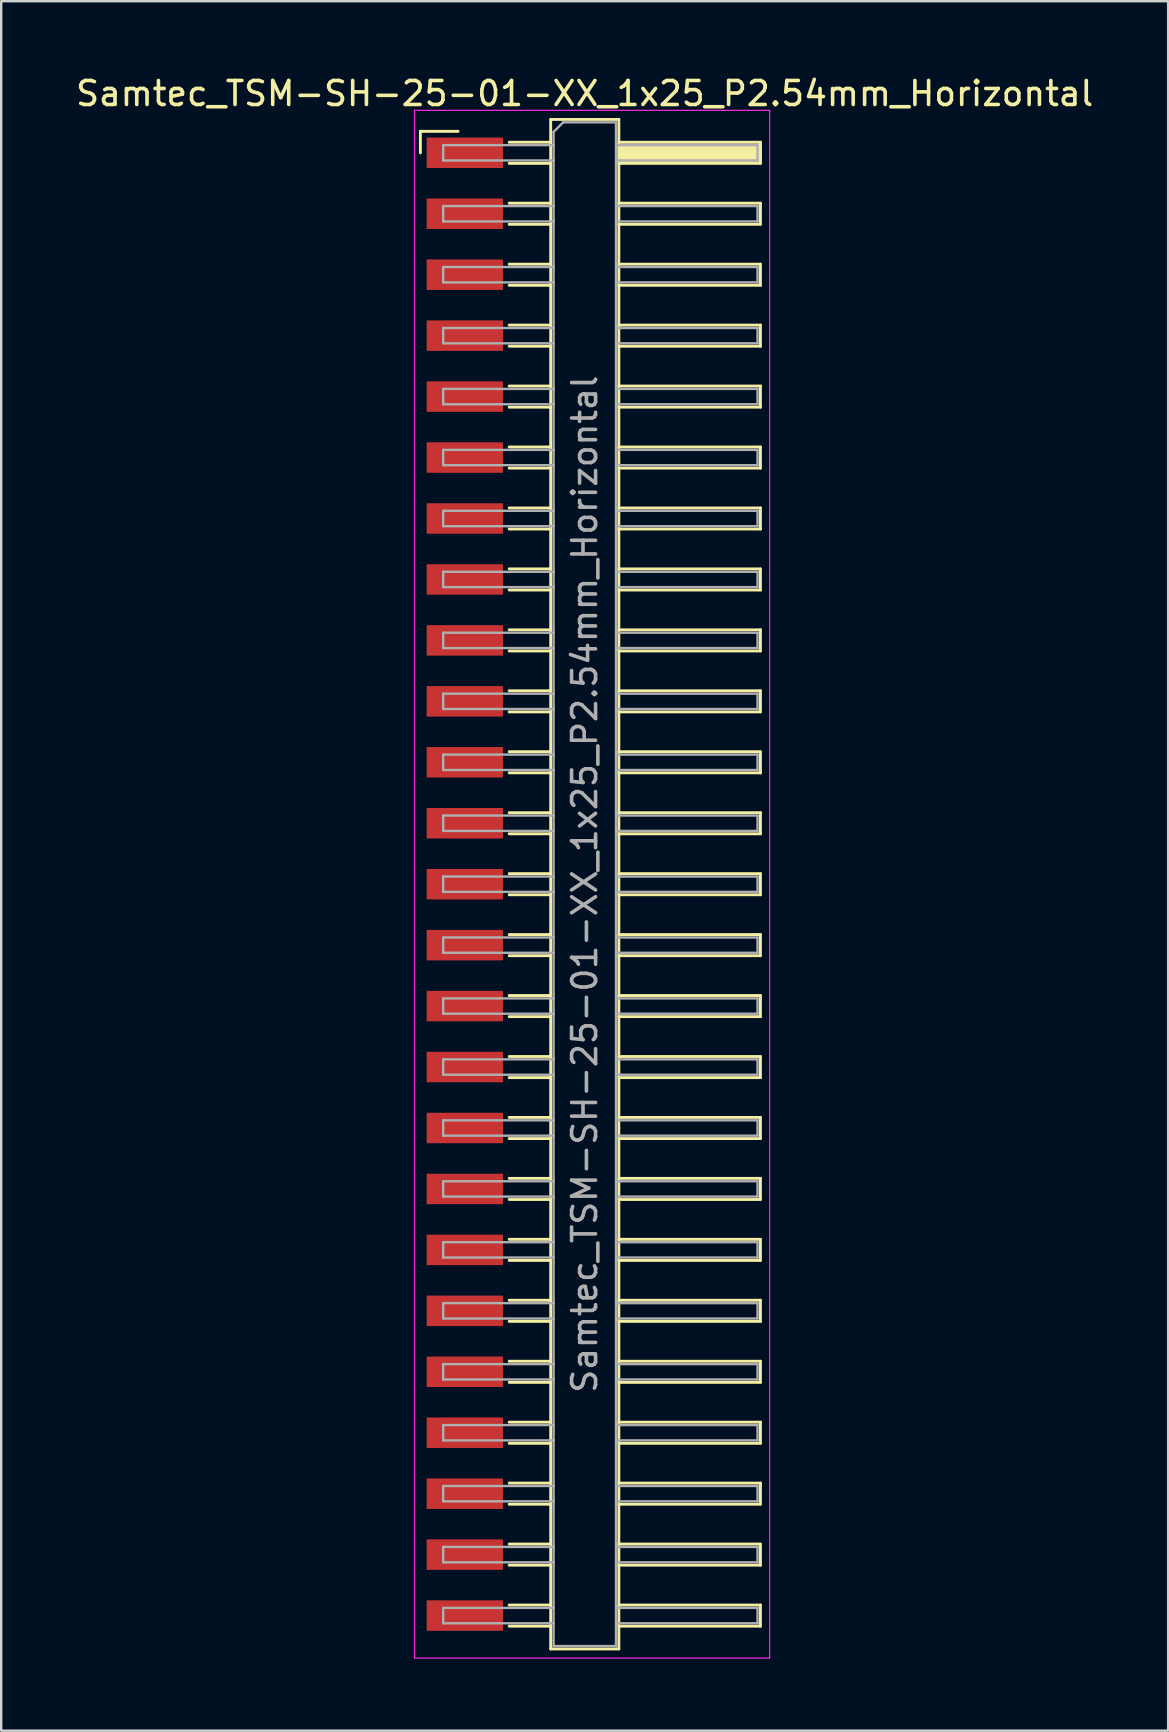
<source format=kicad_pcb>
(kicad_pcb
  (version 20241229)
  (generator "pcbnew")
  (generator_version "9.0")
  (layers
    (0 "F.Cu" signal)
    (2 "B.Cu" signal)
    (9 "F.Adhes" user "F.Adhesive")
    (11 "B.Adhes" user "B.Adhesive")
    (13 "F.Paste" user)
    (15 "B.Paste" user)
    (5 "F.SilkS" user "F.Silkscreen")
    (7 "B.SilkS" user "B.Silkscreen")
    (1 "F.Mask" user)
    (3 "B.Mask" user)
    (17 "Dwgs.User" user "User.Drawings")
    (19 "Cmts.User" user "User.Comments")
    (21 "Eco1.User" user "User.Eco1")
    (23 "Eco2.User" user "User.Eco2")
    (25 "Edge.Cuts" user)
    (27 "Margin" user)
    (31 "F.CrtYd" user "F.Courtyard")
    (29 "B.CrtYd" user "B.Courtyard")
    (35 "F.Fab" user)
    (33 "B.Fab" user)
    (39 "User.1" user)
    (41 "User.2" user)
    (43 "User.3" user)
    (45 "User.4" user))
  (footprint "Samtec_TSM-SH-25-01-XX_1x25_P2.54mm_Horizontal"
    (layer "F.Cu")
    (at 21.505 33.798)
    (property "Reference" "Samtec_TSM-SH-25-01-XX_1x25_P2.54mm_Horizontal" (at -0.19 -32.95 0) (layer "F.SilkS") (effects (font (size 1 1) (thickness 0.15))))
    (attr smd)
    (fp_line (start -7.035 -31.375) (end -5.465 -31.375) (stroke (width 0.12) (type solid)) (layer "F.SilkS"))
    (fp_line (start -7.035 -30.48) (end -7.035 -31.375) (stroke (width 0.12) (type solid)) (layer "F.SilkS"))
    (fp_line (start -3.335 -30.92) (end -1.605 -30.92) (stroke (width 0.12) (type solid)) (layer "F.SilkS"))
    (fp_line (start -3.335 -30.04) (end -1.605 -30.04) (stroke (width 0.12) (type solid)) (layer "F.SilkS"))
    (fp_line (start -3.335 -28.38) (end -1.605 -28.38) (stroke (width 0.12) (type solid)) (layer "F.SilkS"))
    (fp_line (start -3.335 -27.5) (end -1.605 -27.5) (stroke (width 0.12) (type solid)) (layer "F.SilkS"))
    (fp_line (start -3.335 -25.84) (end -1.605 -25.84) (stroke (width 0.12) (type solid)) (layer "F.SilkS"))
    (fp_line (start -3.335 -24.96) (end -1.605 -24.96) (stroke (width 0.12) (type solid)) (layer "F.SilkS"))
    (fp_line (start -3.335 -23.3) (end -1.605 -23.3) (stroke (width 0.12) (type solid)) (layer "F.SilkS"))
    (fp_line (start -3.335 -22.42) (end -1.605 -22.42) (stroke (width 0.12) (type solid)) (layer "F.SilkS"))
    (fp_line (start -3.335 -20.76) (end -1.605 -20.76) (stroke (width 0.12) (type solid)) (layer "F.SilkS"))
    (fp_line (start -3.335 -19.88) (end -1.605 -19.88) (stroke (width 0.12) (type solid)) (layer "F.SilkS"))
    (fp_line (start -3.335 -18.22) (end -1.605 -18.22) (stroke (width 0.12) (type solid)) (layer "F.SilkS"))
    (fp_line (start -3.335 -17.34) (end -1.605 -17.34) (stroke (width 0.12) (type solid)) (layer "F.SilkS"))
    (fp_line (start -3.335 -15.68) (end -1.605 -15.68) (stroke (width 0.12) (type solid)) (layer "F.SilkS"))
    (fp_line (start -3.335 -14.8) (end -1.605 -14.8) (stroke (width 0.12) (type solid)) (layer "F.SilkS"))
    (fp_line (start -3.335 -13.14) (end -1.605 -13.14) (stroke (width 0.12) (type solid)) (layer "F.SilkS"))
    (fp_line (start -3.335 -12.26) (end -1.605 -12.26) (stroke (width 0.12) (type solid)) (layer "F.SilkS"))
    (fp_line (start -3.335 -10.6) (end -1.605 -10.6) (stroke (width 0.12) (type solid)) (layer "F.SilkS"))
    (fp_line (start -3.335 -9.72) (end -1.605 -9.72) (stroke (width 0.12) (type solid)) (layer "F.SilkS"))
    (fp_line (start -3.335 -8.06) (end -1.605 -8.06) (stroke (width 0.12) (type solid)) (layer "F.SilkS"))
    (fp_line (start -3.335 -7.18) (end -1.605 -7.18) (stroke (width 0.12) (type solid)) (layer "F.SilkS"))
    (fp_line (start -3.335 -5.52) (end -1.605 -5.52) (stroke (width 0.12) (type solid)) (layer "F.SilkS"))
    (fp_line (start -3.335 -4.64) (end -1.605 -4.64) (stroke (width 0.12) (type solid)) (layer "F.SilkS"))
    (fp_line (start -3.335 -2.98) (end -1.605 -2.98) (stroke (width 0.12) (type solid)) (layer "F.SilkS"))
    (fp_line (start -3.335 -2.1) (end -1.605 -2.1) (stroke (width 0.12) (type solid)) (layer "F.SilkS"))
    (fp_line (start -3.335 -0.44) (end -1.605 -0.44) (stroke (width 0.12) (type solid)) (layer "F.SilkS"))
    (fp_line (start -3.335 0.44) (end -1.605 0.44) (stroke (width 0.12) (type solid)) (layer "F.SilkS"))
    (fp_line (start -3.335 2.1) (end -1.605 2.1) (stroke (width 0.12) (type solid)) (layer "F.SilkS"))
    (fp_line (start -3.335 2.98) (end -1.605 2.98) (stroke (width 0.12) (type solid)) (layer "F.SilkS"))
    (fp_line (start -3.335 4.64) (end -1.605 4.64) (stroke (width 0.12) (type solid)) (layer "F.SilkS"))
    (fp_line (start -3.335 5.52) (end -1.605 5.52) (stroke (width 0.12) (type solid)) (layer "F.SilkS"))
    (fp_line (start -3.335 7.18) (end -1.605 7.18) (stroke (width 0.12) (type solid)) (layer "F.SilkS"))
    (fp_line (start -3.335 8.06) (end -1.605 8.06) (stroke (width 0.12) (type solid)) (layer "F.SilkS"))
    (fp_line (start -3.335 9.72) (end -1.605 9.72) (stroke (width 0.12) (type solid)) (layer "F.SilkS"))
    (fp_line (start -3.335 10.6) (end -1.605 10.6) (stroke (width 0.12) (type solid)) (layer "F.SilkS"))
    (fp_line (start -3.335 12.26) (end -1.605 12.26) (stroke (width 0.12) (type solid)) (layer "F.SilkS"))
    (fp_line (start -3.335 13.14) (end -1.605 13.14) (stroke (width 0.12) (type solid)) (layer "F.SilkS"))
    (fp_line (start -3.335 14.8) (end -1.605 14.8) (stroke (width 0.12) (type solid)) (layer "F.SilkS"))
    (fp_line (start -3.335 15.68) (end -1.605 15.68) (stroke (width 0.12) (type solid)) (layer "F.SilkS"))
    (fp_line (start -3.335 17.34) (end -1.605 17.34) (stroke (width 0.12) (type solid)) (layer "F.SilkS"))
    (fp_line (start -3.335 18.22) (end -1.605 18.22) (stroke (width 0.12) (type solid)) (layer "F.SilkS"))
    (fp_line (start -3.335 19.88) (end -1.605 19.88) (stroke (width 0.12) (type solid)) (layer "F.SilkS"))
    (fp_line (start -3.335 20.76) (end -1.605 20.76) (stroke (width 0.12) (type solid)) (layer "F.SilkS"))
    (fp_line (start -3.335 22.42) (end -1.605 22.42) (stroke (width 0.12) (type solid)) (layer "F.SilkS"))
    (fp_line (start -3.335 23.3) (end -1.605 23.3) (stroke (width 0.12) (type solid)) (layer "F.SilkS"))
    (fp_line (start -3.335 24.96) (end -1.605 24.96) (stroke (width 0.12) (type solid)) (layer "F.SilkS"))
    (fp_line (start -3.335 25.84) (end -1.605 25.84) (stroke (width 0.12) (type solid)) (layer "F.SilkS"))
    (fp_line (start -3.335 27.5) (end -1.605 27.5) (stroke (width 0.12) (type solid)) (layer "F.SilkS"))
    (fp_line (start -3.335 28.38) (end -1.605 28.38) (stroke (width 0.12) (type solid)) (layer "F.SilkS"))
    (fp_line (start -3.335 30.04) (end -1.605 30.04) (stroke (width 0.12) (type solid)) (layer "F.SilkS"))
    (fp_line (start -3.335 30.92) (end -1.605 30.92) (stroke (width 0.12) (type solid)) (layer "F.SilkS"))
    (fp_line (start -1.605 -31.87) (end 1.235 -31.87) (stroke (width 0.12) (type solid)) (layer "F.SilkS"))
    (fp_line (start -1.605 31.87) (end -1.605 -31.87) (stroke (width 0.12) (type solid)) (layer "F.SilkS"))
    (fp_line (start 1.235 -31.87) (end 1.235 31.87) (stroke (width 0.12) (type solid)) (layer "F.SilkS"))
    (fp_line (start 1.235 -30.92) (end 7.135 -30.92) (stroke (width 0.12) (type solid)) (layer "F.SilkS"))
    (fp_line (start 1.235 -28.38) (end 7.135 -28.38) (stroke (width 0.12) (type solid)) (layer "F.SilkS"))
    (fp_line (start 1.235 -25.84) (end 7.135 -25.84) (stroke (width 0.12) (type solid)) (layer "F.SilkS"))
    (fp_line (start 1.235 -23.3) (end 7.135 -23.3) (stroke (width 0.12) (type solid)) (layer "F.SilkS"))
    (fp_line (start 1.235 -20.76) (end 7.135 -20.76) (stroke (width 0.12) (type solid)) (layer "F.SilkS"))
    (fp_line (start 1.235 -18.22) (end 7.135 -18.22) (stroke (width 0.12) (type solid)) (layer "F.SilkS"))
    (fp_line (start 1.235 -15.68) (end 7.135 -15.68) (stroke (width 0.12) (type solid)) (layer "F.SilkS"))
    (fp_line (start 1.235 -13.14) (end 7.135 -13.14) (stroke (width 0.12) (type solid)) (layer "F.SilkS"))
    (fp_line (start 1.235 -10.6) (end 7.135 -10.6) (stroke (width 0.12) (type solid)) (layer "F.SilkS"))
    (fp_line (start 1.235 -8.06) (end 7.135 -8.06) (stroke (width 0.12) (type solid)) (layer "F.SilkS"))
    (fp_line (start 1.235 -5.52) (end 7.135 -5.52) (stroke (width 0.12) (type solid)) (layer "F.SilkS"))
    (fp_line (start 1.235 -2.98) (end 7.135 -2.98) (stroke (width 0.12) (type solid)) (layer "F.SilkS"))
    (fp_line (start 1.235 -0.44) (end 7.135 -0.44) (stroke (width 0.12) (type solid)) (layer "F.SilkS"))
    (fp_line (start 1.235 2.1) (end 7.135 2.1) (stroke (width 0.12) (type solid)) (layer "F.SilkS"))
    (fp_line (start 1.235 4.64) (end 7.135 4.64) (stroke (width 0.12) (type solid)) (layer "F.SilkS"))
    (fp_line (start 1.235 7.18) (end 7.135 7.18) (stroke (width 0.12) (type solid)) (layer "F.SilkS"))
    (fp_line (start 1.235 9.72) (end 7.135 9.72) (stroke (width 0.12) (type solid)) (layer "F.SilkS"))
    (fp_line (start 1.235 12.26) (end 7.135 12.26) (stroke (width 0.12) (type solid)) (layer "F.SilkS"))
    (fp_line (start 1.235 14.8) (end 7.135 14.8) (stroke (width 0.12) (type solid)) (layer "F.SilkS"))
    (fp_line (start 1.235 17.34) (end 7.135 17.34) (stroke (width 0.12) (type solid)) (layer "F.SilkS"))
    (fp_line (start 1.235 19.88) (end 7.135 19.88) (stroke (width 0.12) (type solid)) (layer "F.SilkS"))
    (fp_line (start 1.235 22.42) (end 7.135 22.42) (stroke (width 0.12) (type solid)) (layer "F.SilkS"))
    (fp_line (start 1.235 24.96) (end 7.135 24.96) (stroke (width 0.12) (type solid)) (layer "F.SilkS"))
    (fp_line (start 1.235 27.5) (end 7.135 27.5) (stroke (width 0.12) (type solid)) (layer "F.SilkS"))
    (fp_line (start 1.235 30.04) (end 7.135 30.04) (stroke (width 0.12) (type solid)) (layer "F.SilkS"))
    (fp_line (start 1.235 31.87) (end -1.605 31.87) (stroke (width 0.12) (type solid)) (layer "F.SilkS"))
    (fp_line (start 7.135 -30.92) (end 7.135 -30.04) (stroke (width 0.12) (type solid)) (layer "F.SilkS"))
    (fp_line (start 7.135 -30.04) (end 1.235 -30.04) (stroke (width 0.12) (type solid)) (layer "F.SilkS"))
    (fp_line (start 7.135 -28.38) (end 7.135 -27.5) (stroke (width 0.12) (type solid)) (layer "F.SilkS"))
    (fp_line (start 7.135 -27.5) (end 1.235 -27.5) (stroke (width 0.12) (type solid)) (layer "F.SilkS"))
    (fp_line (start 7.135 -25.84) (end 7.135 -24.96) (stroke (width 0.12) (type solid)) (layer "F.SilkS"))
    (fp_line (start 7.135 -24.96) (end 1.235 -24.96) (stroke (width 0.12) (type solid)) (layer "F.SilkS"))
    (fp_line (start 7.135 -23.3) (end 7.135 -22.42) (stroke (width 0.12) (type solid)) (layer "F.SilkS"))
    (fp_line (start 7.135 -22.42) (end 1.235 -22.42) (stroke (width 0.12) (type solid)) (layer "F.SilkS"))
    (fp_line (start 7.135 -20.76) (end 7.135 -19.88) (stroke (width 0.12) (type solid)) (layer "F.SilkS"))
    (fp_line (start 7.135 -19.88) (end 1.235 -19.88) (stroke (width 0.12) (type solid)) (layer "F.SilkS"))
    (fp_line (start 7.135 -18.22) (end 7.135 -17.34) (stroke (width 0.12) (type solid)) (layer "F.SilkS"))
    (fp_line (start 7.135 -17.34) (end 1.235 -17.34) (stroke (width 0.12) (type solid)) (layer "F.SilkS"))
    (fp_line (start 7.135 -15.68) (end 7.135 -14.8) (stroke (width 0.12) (type solid)) (layer "F.SilkS"))
    (fp_line (start 7.135 -14.8) (end 1.235 -14.8) (stroke (width 0.12) (type solid)) (layer "F.SilkS"))
    (fp_line (start 7.135 -13.14) (end 7.135 -12.26) (stroke (width 0.12) (type solid)) (layer "F.SilkS"))
    (fp_line (start 7.135 -12.26) (end 1.235 -12.26) (stroke (width 0.12) (type solid)) (layer "F.SilkS"))
    (fp_line (start 7.135 -10.6) (end 7.135 -9.72) (stroke (width 0.12) (type solid)) (layer "F.SilkS"))
    (fp_line (start 7.135 -9.72) (end 1.235 -9.72) (stroke (width 0.12) (type solid)) (layer "F.SilkS"))
    (fp_line (start 7.135 -8.06) (end 7.135 -7.18) (stroke (width 0.12) (type solid)) (layer "F.SilkS"))
    (fp_line (start 7.135 -7.18) (end 1.235 -7.18) (stroke (width 0.12) (type solid)) (layer "F.SilkS"))
    (fp_line (start 7.135 -5.52) (end 7.135 -4.64) (stroke (width 0.12) (type solid)) (layer "F.SilkS"))
    (fp_line (start 7.135 -4.64) (end 1.235 -4.64) (stroke (width 0.12) (type solid)) (layer "F.SilkS"))
    (fp_line (start 7.135 -2.98) (end 7.135 -2.1) (stroke (width 0.12) (type solid)) (layer "F.SilkS"))
    (fp_line (start 7.135 -2.1) (end 1.235 -2.1) (stroke (width 0.12) (type solid)) (layer "F.SilkS"))
    (fp_line (start 7.135 -0.44) (end 7.135 0.44) (stroke (width 0.12) (type solid)) (layer "F.SilkS"))
    (fp_line (start 7.135 0.44) (end 1.235 0.44) (stroke (width 0.12) (type solid)) (layer "F.SilkS"))
    (fp_line (start 7.135 2.1) (end 7.135 2.98) (stroke (width 0.12) (type solid)) (layer "F.SilkS"))
    (fp_line (start 7.135 2.98) (end 1.235 2.98) (stroke (width 0.12) (type solid)) (layer "F.SilkS"))
    (fp_line (start 7.135 4.64) (end 7.135 5.52) (stroke (width 0.12) (type solid)) (layer "F.SilkS"))
    (fp_line (start 7.135 5.52) (end 1.235 5.52) (stroke (width 0.12) (type solid)) (layer "F.SilkS"))
    (fp_line (start 7.135 7.18) (end 7.135 8.06) (stroke (width 0.12) (type solid)) (layer "F.SilkS"))
    (fp_line (start 7.135 8.06) (end 1.235 8.06) (stroke (width 0.12) (type solid)) (layer "F.SilkS"))
    (fp_line (start 7.135 9.72) (end 7.135 10.6) (stroke (width 0.12) (type solid)) (layer "F.SilkS"))
    (fp_line (start 7.135 10.6) (end 1.235 10.6) (stroke (width 0.12) (type solid)) (layer "F.SilkS"))
    (fp_line (start 7.135 12.26) (end 7.135 13.14) (stroke (width 0.12) (type solid)) (layer "F.SilkS"))
    (fp_line (start 7.135 13.14) (end 1.235 13.14) (stroke (width 0.12) (type solid)) (layer "F.SilkS"))
    (fp_line (start 7.135 14.8) (end 7.135 15.68) (stroke (width 0.12) (type solid)) (layer "F.SilkS"))
    (fp_line (start 7.135 15.68) (end 1.235 15.68) (stroke (width 0.12) (type solid)) (layer "F.SilkS"))
    (fp_line (start 7.135 17.34) (end 7.135 18.22) (stroke (width 0.12) (type solid)) (layer "F.SilkS"))
    (fp_line (start 7.135 18.22) (end 1.235 18.22) (stroke (width 0.12) (type solid)) (layer "F.SilkS"))
    (fp_line (start 7.135 19.88) (end 7.135 20.76) (stroke (width 0.12) (type solid)) (layer "F.SilkS"))
    (fp_line (start 7.135 20.76) (end 1.235 20.76) (stroke (width 0.12) (type solid)) (layer "F.SilkS"))
    (fp_line (start 7.135 22.42) (end 7.135 23.3) (stroke (width 0.12) (type solid)) (layer "F.SilkS"))
    (fp_line (start 7.135 23.3) (end 1.235 23.3) (stroke (width 0.12) (type solid)) (layer "F.SilkS"))
    (fp_line (start 7.135 24.96) (end 7.135 25.84) (stroke (width 0.12) (type solid)) (layer "F.SilkS"))
    (fp_line (start 7.135 25.84) (end 1.235 25.84) (stroke (width 0.12) (type solid)) (layer "F.SilkS"))
    (fp_line (start 7.135 27.5) (end 7.135 28.38) (stroke (width 0.12) (type solid)) (layer "F.SilkS"))
    (fp_line (start 7.135 28.38) (end 1.235 28.38) (stroke (width 0.12) (type solid)) (layer "F.SilkS"))
    (fp_line (start 7.135 30.04) (end 7.135 30.92) (stroke (width 0.12) (type solid)) (layer "F.SilkS"))
    (fp_line (start 7.135 30.92) (end 1.235 30.92) (stroke (width 0.12) (type solid)) (layer "F.SilkS"))
    (fp_line (start -7.28 -32.25) (end 7.52 -32.25) (stroke (width 0.05) (type solid)) (layer "F.CrtYd"))
    (fp_line (start -7.28 32.25) (end -7.28 -32.25) (stroke (width 0.05) (type solid)) (layer "F.CrtYd"))
    (fp_line (start 7.52 -32.25) (end 7.52 32.25) (stroke (width 0.05) (type solid)) (layer "F.CrtYd"))
    (fp_line (start 7.52 32.25) (end -7.28 32.25) (stroke (width 0.05) (type solid)) (layer "F.CrtYd"))
    (fp_line (start -6.085 -30.8) (end -6.085 -30.16) (stroke (width 0.1) (type solid)) (layer "F.Fab"))
    (fp_line (start -6.085 -30.16) (end -1.485 -30.16) (stroke (width 0.1) (type solid)) (layer "F.Fab"))
    (fp_line (start -6.085 -28.26) (end -6.085 -27.62) (stroke (width 0.1) (type solid)) (layer "F.Fab"))
    (fp_line (start -6.085 -27.62) (end -1.485 -27.62) (stroke (width 0.1) (type solid)) (layer "F.Fab"))
    (fp_line (start -6.085 -25.72) (end -6.085 -25.08) (stroke (width 0.1) (type solid)) (layer "F.Fab"))
    (fp_line (start -6.085 -25.08) (end -1.485 -25.08) (stroke (width 0.1) (type solid)) (layer "F.Fab"))
    (fp_line (start -6.085 -23.18) (end -6.085 -22.54) (stroke (width 0.1) (type solid)) (layer "F.Fab"))
    (fp_line (start -6.085 -22.54) (end -1.485 -22.54) (stroke (width 0.1) (type solid)) (layer "F.Fab"))
    (fp_line (start -6.085 -20.64) (end -6.085 -20) (stroke (width 0.1) (type solid)) (layer "F.Fab"))
    (fp_line (start -6.085 -20) (end -1.485 -20) (stroke (width 0.1) (type solid)) (layer "F.Fab"))
    (fp_line (start -6.085 -18.1) (end -6.085 -17.46) (stroke (width 0.1) (type solid)) (layer "F.Fab"))
    (fp_line (start -6.085 -17.46) (end -1.485 -17.46) (stroke (width 0.1) (type solid)) (layer "F.Fab"))
    (fp_line (start -6.085 -15.56) (end -6.085 -14.92) (stroke (width 0.1) (type solid)) (layer "F.Fab"))
    (fp_line (start -6.085 -14.92) (end -1.485 -14.92) (stroke (width 0.1) (type solid)) (layer "F.Fab"))
    (fp_line (start -6.085 -13.02) (end -6.085 -12.38) (stroke (width 0.1) (type solid)) (layer "F.Fab"))
    (fp_line (start -6.085 -12.38) (end -1.485 -12.38) (stroke (width 0.1) (type solid)) (layer "F.Fab"))
    (fp_line (start -6.085 -10.48) (end -6.085 -9.84) (stroke (width 0.1) (type solid)) (layer "F.Fab"))
    (fp_line (start -6.085 -9.84) (end -1.485 -9.84) (stroke (width 0.1) (type solid)) (layer "F.Fab"))
    (fp_line (start -6.085 -7.94) (end -6.085 -7.3) (stroke (width 0.1) (type solid)) (layer "F.Fab"))
    (fp_line (start -6.085 -7.3) (end -1.485 -7.3) (stroke (width 0.1) (type solid)) (layer "F.Fab"))
    (fp_line (start -6.085 -5.4) (end -6.085 -4.76) (stroke (width 0.1) (type solid)) (layer "F.Fab"))
    (fp_line (start -6.085 -4.76) (end -1.485 -4.76) (stroke (width 0.1) (type solid)) (layer "F.Fab"))
    (fp_line (start -6.085 -2.86) (end -6.085 -2.22) (stroke (width 0.1) (type solid)) (layer "F.Fab"))
    (fp_line (start -6.085 -2.22) (end -1.485 -2.22) (stroke (width 0.1) (type solid)) (layer "F.Fab"))
    (fp_line (start -6.085 -0.32) (end -6.085 0.32) (stroke (width 0.1) (type solid)) (layer "F.Fab"))
    (fp_line (start -6.085 0.32) (end -1.485 0.32) (stroke (width 0.1) (type solid)) (layer "F.Fab"))
    (fp_line (start -6.085 2.22) (end -6.085 2.86) (stroke (width 0.1) (type solid)) (layer "F.Fab"))
    (fp_line (start -6.085 2.86) (end -1.485 2.86) (stroke (width 0.1) (type solid)) (layer "F.Fab"))
    (fp_line (start -6.085 4.76) (end -6.085 5.4) (stroke (width 0.1) (type solid)) (layer "F.Fab"))
    (fp_line (start -6.085 5.4) (end -1.485 5.4) (stroke (width 0.1) (type solid)) (layer "F.Fab"))
    (fp_line (start -6.085 7.3) (end -6.085 7.94) (stroke (width 0.1) (type solid)) (layer "F.Fab"))
    (fp_line (start -6.085 7.94) (end -1.485 7.94) (stroke (width 0.1) (type solid)) (layer "F.Fab"))
    (fp_line (start -6.085 9.84) (end -6.085 10.48) (stroke (width 0.1) (type solid)) (layer "F.Fab"))
    (fp_line (start -6.085 10.48) (end -1.485 10.48) (stroke (width 0.1) (type solid)) (layer "F.Fab"))
    (fp_line (start -6.085 12.38) (end -6.085 13.02) (stroke (width 0.1) (type solid)) (layer "F.Fab"))
    (fp_line (start -6.085 13.02) (end -1.485 13.02) (stroke (width 0.1) (type solid)) (layer "F.Fab"))
    (fp_line (start -6.085 14.92) (end -6.085 15.56) (stroke (width 0.1) (type solid)) (layer "F.Fab"))
    (fp_line (start -6.085 15.56) (end -1.485 15.56) (stroke (width 0.1) (type solid)) (layer "F.Fab"))
    (fp_line (start -6.085 17.46) (end -6.085 18.1) (stroke (width 0.1) (type solid)) (layer "F.Fab"))
    (fp_line (start -6.085 18.1) (end -1.485 18.1) (stroke (width 0.1) (type solid)) (layer "F.Fab"))
    (fp_line (start -6.085 20) (end -6.085 20.64) (stroke (width 0.1) (type solid)) (layer "F.Fab"))
    (fp_line (start -6.085 20.64) (end -1.485 20.64) (stroke (width 0.1) (type solid)) (layer "F.Fab"))
    (fp_line (start -6.085 22.54) (end -6.085 23.18) (stroke (width 0.1) (type solid)) (layer "F.Fab"))
    (fp_line (start -6.085 23.18) (end -1.485 23.18) (stroke (width 0.1) (type solid)) (layer "F.Fab"))
    (fp_line (start -6.085 25.08) (end -6.085 25.72) (stroke (width 0.1) (type solid)) (layer "F.Fab"))
    (fp_line (start -6.085 25.72) (end -1.485 25.72) (stroke (width 0.1) (type solid)) (layer "F.Fab"))
    (fp_line (start -6.085 27.62) (end -6.085 28.26) (stroke (width 0.1) (type solid)) (layer "F.Fab"))
    (fp_line (start -6.085 28.26) (end -1.485 28.26) (stroke (width 0.1) (type solid)) (layer "F.Fab"))
    (fp_line (start -6.085 30.16) (end -6.085 30.8) (stroke (width 0.1) (type solid)) (layer "F.Fab"))
    (fp_line (start -6.085 30.8) (end -1.485 30.8) (stroke (width 0.1) (type solid)) (layer "F.Fab"))
    (fp_line (start -1.485 -31.35) (end -1.085 -31.75) (stroke (width 0.1) (type solid)) (layer "F.Fab"))
    (fp_line (start -1.485 -30.8) (end -6.085 -30.8) (stroke (width 0.1) (type solid)) (layer "F.Fab"))
    (fp_line (start -1.485 -28.26) (end -6.085 -28.26) (stroke (width 0.1) (type solid)) (layer "F.Fab"))
    (fp_line (start -1.485 -25.72) (end -6.085 -25.72) (stroke (width 0.1) (type solid)) (layer "F.Fab"))
    (fp_line (start -1.485 -23.18) (end -6.085 -23.18) (stroke (width 0.1) (type solid)) (layer "F.Fab"))
    (fp_line (start -1.485 -20.64) (end -6.085 -20.64) (stroke (width 0.1) (type solid)) (layer "F.Fab"))
    (fp_line (start -1.485 -18.1) (end -6.085 -18.1) (stroke (width 0.1) (type solid)) (layer "F.Fab"))
    (fp_line (start -1.485 -15.56) (end -6.085 -15.56) (stroke (width 0.1) (type solid)) (layer "F.Fab"))
    (fp_line (start -1.485 -13.02) (end -6.085 -13.02) (stroke (width 0.1) (type solid)) (layer "F.Fab"))
    (fp_line (start -1.485 -10.48) (end -6.085 -10.48) (stroke (width 0.1) (type solid)) (layer "F.Fab"))
    (fp_line (start -1.485 -7.94) (end -6.085 -7.94) (stroke (width 0.1) (type solid)) (layer "F.Fab"))
    (fp_line (start -1.485 -5.4) (end -6.085 -5.4) (stroke (width 0.1) (type solid)) (layer "F.Fab"))
    (fp_line (start -1.485 -2.86) (end -6.085 -2.86) (stroke (width 0.1) (type solid)) (layer "F.Fab"))
    (fp_line (start -1.485 -0.32) (end -6.085 -0.32) (stroke (width 0.1) (type solid)) (layer "F.Fab"))
    (fp_line (start -1.485 2.22) (end -6.085 2.22) (stroke (width 0.1) (type solid)) (layer "F.Fab"))
    (fp_line (start -1.485 4.76) (end -6.085 4.76) (stroke (width 0.1) (type solid)) (layer "F.Fab"))
    (fp_line (start -1.485 7.3) (end -6.085 7.3) (stroke (width 0.1) (type solid)) (layer "F.Fab"))
    (fp_line (start -1.485 9.84) (end -6.085 9.84) (stroke (width 0.1) (type solid)) (layer "F.Fab"))
    (fp_line (start -1.485 12.38) (end -6.085 12.38) (stroke (width 0.1) (type solid)) (layer "F.Fab"))
    (fp_line (start -1.485 14.92) (end -6.085 14.92) (stroke (width 0.1) (type solid)) (layer "F.Fab"))
    (fp_line (start -1.485 17.46) (end -6.085 17.46) (stroke (width 0.1) (type solid)) (layer "F.Fab"))
    (fp_line (start -1.485 20) (end -6.085 20) (stroke (width 0.1) (type solid)) (layer "F.Fab"))
    (fp_line (start -1.485 22.54) (end -6.085 22.54) (stroke (width 0.1) (type solid)) (layer "F.Fab"))
    (fp_line (start -1.485 25.08) (end -6.085 25.08) (stroke (width 0.1) (type solid)) (layer "F.Fab"))
    (fp_line (start -1.485 27.62) (end -6.085 27.62) (stroke (width 0.1) (type solid)) (layer "F.Fab"))
    (fp_line (start -1.485 30.16) (end -6.085 30.16) (stroke (width 0.1) (type solid)) (layer "F.Fab"))
    (fp_line (start -1.485 31.75) (end -1.485 -31.35) (stroke (width 0.1) (type solid)) (layer "F.Fab"))
    (fp_line (start -1.085 -31.75) (end 1.115 -31.75) (stroke (width 0.1) (type solid)) (layer "F.Fab"))
    (fp_line (start 1.115 -31.75) (end 1.115 31.75) (stroke (width 0.1) (type solid)) (layer "F.Fab"))
    (fp_line (start 1.115 -30.8) (end 7.015 -30.8) (stroke (width 0.1) (type solid)) (layer "F.Fab"))
    (fp_line (start 1.115 -28.26) (end 7.015 -28.26) (stroke (width 0.1) (type solid)) (layer "F.Fab"))
    (fp_line (start 1.115 -25.72) (end 7.015 -25.72) (stroke (width 0.1) (type solid)) (layer "F.Fab"))
    (fp_line (start 1.115 -23.18) (end 7.015 -23.18) (stroke (width 0.1) (type solid)) (layer "F.Fab"))
    (fp_line (start 1.115 -20.64) (end 7.015 -20.64) (stroke (width 0.1) (type solid)) (layer "F.Fab"))
    (fp_line (start 1.115 -18.1) (end 7.015 -18.1) (stroke (width 0.1) (type solid)) (layer "F.Fab"))
    (fp_line (start 1.115 -15.56) (end 7.015 -15.56) (stroke (width 0.1) (type solid)) (layer "F.Fab"))
    (fp_line (start 1.115 -13.02) (end 7.015 -13.02) (stroke (width 0.1) (type solid)) (layer "F.Fab"))
    (fp_line (start 1.115 -10.48) (end 7.015 -10.48) (stroke (width 0.1) (type solid)) (layer "F.Fab"))
    (fp_line (start 1.115 -7.94) (end 7.015 -7.94) (stroke (width 0.1) (type solid)) (layer "F.Fab"))
    (fp_line (start 1.115 -5.4) (end 7.015 -5.4) (stroke (width 0.1) (type solid)) (layer "F.Fab"))
    (fp_line (start 1.115 -2.86) (end 7.015 -2.86) (stroke (width 0.1) (type solid)) (layer "F.Fab"))
    (fp_line (start 1.115 -0.32) (end 7.015 -0.32) (stroke (width 0.1) (type solid)) (layer "F.Fab"))
    (fp_line (start 1.115 2.22) (end 7.015 2.22) (stroke (width 0.1) (type solid)) (layer "F.Fab"))
    (fp_line (start 1.115 4.76) (end 7.015 4.76) (stroke (width 0.1) (type solid)) (layer "F.Fab"))
    (fp_line (start 1.115 7.3) (end 7.015 7.3) (stroke (width 0.1) (type solid)) (layer "F.Fab"))
    (fp_line (start 1.115 9.84) (end 7.015 9.84) (stroke (width 0.1) (type solid)) (layer "F.Fab"))
    (fp_line (start 1.115 12.38) (end 7.015 12.38) (stroke (width 0.1) (type solid)) (layer "F.Fab"))
    (fp_line (start 1.115 14.92) (end 7.015 14.92) (stroke (width 0.1) (type solid)) (layer "F.Fab"))
    (fp_line (start 1.115 17.46) (end 7.015 17.46) (stroke (width 0.1) (type solid)) (layer "F.Fab"))
    (fp_line (start 1.115 20) (end 7.015 20) (stroke (width 0.1) (type solid)) (layer "F.Fab"))
    (fp_line (start 1.115 22.54) (end 7.015 22.54) (stroke (width 0.1) (type solid)) (layer "F.Fab"))
    (fp_line (start 1.115 25.08) (end 7.015 25.08) (stroke (width 0.1) (type solid)) (layer "F.Fab"))
    (fp_line (start 1.115 27.62) (end 7.015 27.62) (stroke (width 0.1) (type solid)) (layer "F.Fab"))
    (fp_line (start 1.115 30.16) (end 7.015 30.16) (stroke (width 0.1) (type solid)) (layer "F.Fab"))
    (fp_line (start 1.115 31.75) (end -1.485 31.75) (stroke (width 0.1) (type solid)) (layer "F.Fab"))
    (fp_line (start 7.015 -30.8) (end 7.015 -30.16) (stroke (width 0.1) (type solid)) (layer "F.Fab"))
    (fp_line (start 7.015 -30.16) (end 1.115 -30.16) (stroke (width 0.1) (type solid)) (layer "F.Fab"))
    (fp_line (start 7.015 -28.26) (end 7.015 -27.62) (stroke (width 0.1) (type solid)) (layer "F.Fab"))
    (fp_line (start 7.015 -27.62) (end 1.115 -27.62) (stroke (width 0.1) (type solid)) (layer "F.Fab"))
    (fp_line (start 7.015 -25.72) (end 7.015 -25.08) (stroke (width 0.1) (type solid)) (layer "F.Fab"))
    (fp_line (start 7.015 -25.08) (end 1.115 -25.08) (stroke (width 0.1) (type solid)) (layer "F.Fab"))
    (fp_line (start 7.015 -23.18) (end 7.015 -22.54) (stroke (width 0.1) (type solid)) (layer "F.Fab"))
    (fp_line (start 7.015 -22.54) (end 1.115 -22.54) (stroke (width 0.1) (type solid)) (layer "F.Fab"))
    (fp_line (start 7.015 -20.64) (end 7.015 -20) (stroke (width 0.1) (type solid)) (layer "F.Fab"))
    (fp_line (start 7.015 -20) (end 1.115 -20) (stroke (width 0.1) (type solid)) (layer "F.Fab"))
    (fp_line (start 7.015 -18.1) (end 7.015 -17.46) (stroke (width 0.1) (type solid)) (layer "F.Fab"))
    (fp_line (start 7.015 -17.46) (end 1.115 -17.46) (stroke (width 0.1) (type solid)) (layer "F.Fab"))
    (fp_line (start 7.015 -15.56) (end 7.015 -14.92) (stroke (width 0.1) (type solid)) (layer "F.Fab"))
    (fp_line (start 7.015 -14.92) (end 1.115 -14.92) (stroke (width 0.1) (type solid)) (layer "F.Fab"))
    (fp_line (start 7.015 -13.02) (end 7.015 -12.38) (stroke (width 0.1) (type solid)) (layer "F.Fab"))
    (fp_line (start 7.015 -12.38) (end 1.115 -12.38) (stroke (width 0.1) (type solid)) (layer "F.Fab"))
    (fp_line (start 7.015 -10.48) (end 7.015 -9.84) (stroke (width 0.1) (type solid)) (layer "F.Fab"))
    (fp_line (start 7.015 -9.84) (end 1.115 -9.84) (stroke (width 0.1) (type solid)) (layer "F.Fab"))
    (fp_line (start 7.015 -7.94) (end 7.015 -7.3) (stroke (width 0.1) (type solid)) (layer "F.Fab"))
    (fp_line (start 7.015 -7.3) (end 1.115 -7.3) (stroke (width 0.1) (type solid)) (layer "F.Fab"))
    (fp_line (start 7.015 -5.4) (end 7.015 -4.76) (stroke (width 0.1) (type solid)) (layer "F.Fab"))
    (fp_line (start 7.015 -4.76) (end 1.115 -4.76) (stroke (width 0.1) (type solid)) (layer "F.Fab"))
    (fp_line (start 7.015 -2.86) (end 7.015 -2.22) (stroke (width 0.1) (type solid)) (layer "F.Fab"))
    (fp_line (start 7.015 -2.22) (end 1.115 -2.22) (stroke (width 0.1) (type solid)) (layer "F.Fab"))
    (fp_line (start 7.015 -0.32) (end 7.015 0.32) (stroke (width 0.1) (type solid)) (layer "F.Fab"))
    (fp_line (start 7.015 0.32) (end 1.115 0.32) (stroke (width 0.1) (type solid)) (layer "F.Fab"))
    (fp_line (start 7.015 2.22) (end 7.015 2.86) (stroke (width 0.1) (type solid)) (layer "F.Fab"))
    (fp_line (start 7.015 2.86) (end 1.115 2.86) (stroke (width 0.1) (type solid)) (layer "F.Fab"))
    (fp_line (start 7.015 4.76) (end 7.015 5.4) (stroke (width 0.1) (type solid)) (layer "F.Fab"))
    (fp_line (start 7.015 5.4) (end 1.115 5.4) (stroke (width 0.1) (type solid)) (layer "F.Fab"))
    (fp_line (start 7.015 7.3) (end 7.015 7.94) (stroke (width 0.1) (type solid)) (layer "F.Fab"))
    (fp_line (start 7.015 7.94) (end 1.115 7.94) (stroke (width 0.1) (type solid)) (layer "F.Fab"))
    (fp_line (start 7.015 9.84) (end 7.015 10.48) (stroke (width 0.1) (type solid)) (layer "F.Fab"))
    (fp_line (start 7.015 10.48) (end 1.115 10.48) (stroke (width 0.1) (type solid)) (layer "F.Fab"))
    (fp_line (start 7.015 12.38) (end 7.015 13.02) (stroke (width 0.1) (type solid)) (layer "F.Fab"))
    (fp_line (start 7.015 13.02) (end 1.115 13.02) (stroke (width 0.1) (type solid)) (layer "F.Fab"))
    (fp_line (start 7.015 14.92) (end 7.015 15.56) (stroke (width 0.1) (type solid)) (layer "F.Fab"))
    (fp_line (start 7.015 15.56) (end 1.115 15.56) (stroke (width 0.1) (type solid)) (layer "F.Fab"))
    (fp_line (start 7.015 17.46) (end 7.015 18.1) (stroke (width 0.1) (type solid)) (layer "F.Fab"))
    (fp_line (start 7.015 18.1) (end 1.115 18.1) (stroke (width 0.1) (type solid)) (layer "F.Fab"))
    (fp_line (start 7.015 20) (end 7.015 20.64) (stroke (width 0.1) (type solid)) (layer "F.Fab"))
    (fp_line (start 7.015 20.64) (end 1.115 20.64) (stroke (width 0.1) (type solid)) (layer "F.Fab"))
    (fp_line (start 7.015 22.54) (end 7.015 23.18) (stroke (width 0.1) (type solid)) (layer "F.Fab"))
    (fp_line (start 7.015 23.18) (end 1.115 23.18) (stroke (width 0.1) (type solid)) (layer "F.Fab"))
    (fp_line (start 7.015 25.08) (end 7.015 25.72) (stroke (width 0.1) (type solid)) (layer "F.Fab"))
    (fp_line (start 7.015 25.72) (end 1.115 25.72) (stroke (width 0.1) (type solid)) (layer "F.Fab"))
    (fp_line (start 7.015 27.62) (end 7.015 28.26) (stroke (width 0.1) (type solid)) (layer "F.Fab"))
    (fp_line (start 7.015 28.26) (end 1.115 28.26) (stroke (width 0.1) (type solid)) (layer "F.Fab"))
    (fp_line (start 7.015 30.16) (end 7.015 30.8) (stroke (width 0.1) (type solid)) (layer "F.Fab"))
    (fp_line (start 7.015 30.8) (end 1.115 30.8) (stroke (width 0.1) (type solid)) (layer "F.Fab"))
    (fp_text user "${REFERENCE}" (at -0.19 0 90) (layer "F.Fab") (effects (font (size 1 1) (thickness 0.15))))
    (pad "" smd rect (at 4.185 -30.48) (size 6 0.76) (layers "F.SilkS"))
    (pad "1" smd rect (at -5.185 -30.48) (size 3.18 1.27) (layers "F.Cu" "F.Mask" "F.Paste"))
    (pad "2" smd rect (at -5.185 -27.94) (size 3.18 1.27) (layers "F.Cu" "F.Mask" "F.Paste"))
    (pad "3" smd rect (at -5.185 -25.4) (size 3.18 1.27) (layers "F.Cu" "F.Mask" "F.Paste"))
    (pad "4" smd rect (at -5.185 -22.86) (size 3.18 1.27) (layers "F.Cu" "F.Mask" "F.Paste"))
    (pad "5" smd rect (at -5.185 -20.32) (size 3.18 1.27) (layers "F.Cu" "F.Mask" "F.Paste"))
    (pad "6" smd rect (at -5.185 -17.78) (size 3.18 1.27) (layers "F.Cu" "F.Mask" "F.Paste"))
    (pad "7" smd rect (at -5.185 -15.24) (size 3.18 1.27) (layers "F.Cu" "F.Mask" "F.Paste"))
    (pad "8" smd rect (at -5.185 -12.7) (size 3.18 1.27) (layers "F.Cu" "F.Mask" "F.Paste"))
    (pad "9" smd rect (at -5.185 -10.16) (size 3.18 1.27) (layers "F.Cu" "F.Mask" "F.Paste"))
    (pad "10" smd rect (at -5.185 -7.62) (size 3.18 1.27) (layers "F.Cu" "F.Mask" "F.Paste"))
    (pad "11" smd rect (at -5.185 -5.08) (size 3.18 1.27) (layers "F.Cu" "F.Mask" "F.Paste"))
    (pad "12" smd rect (at -5.185 -2.54) (size 3.18 1.27) (layers "F.Cu" "F.Mask" "F.Paste"))
    (pad "13" smd rect (at -5.185 0) (size 3.18 1.27) (layers "F.Cu" "F.Mask" "F.Paste"))
    (pad "14" smd rect (at -5.185 2.54) (size 3.18 1.27) (layers "F.Cu" "F.Mask" "F.Paste"))
    (pad "15" smd rect (at -5.185 5.08) (size 3.18 1.27) (layers "F.Cu" "F.Mask" "F.Paste"))
    (pad "16" smd rect (at -5.185 7.62) (size 3.18 1.27) (layers "F.Cu" "F.Mask" "F.Paste"))
    (pad "17" smd rect (at -5.185 10.16) (size 3.18 1.27) (layers "F.Cu" "F.Mask" "F.Paste"))
    (pad "18" smd rect (at -5.185 12.7) (size 3.18 1.27) (layers "F.Cu" "F.Mask" "F.Paste"))
    (pad "19" smd rect (at -5.185 15.24) (size 3.18 1.27) (layers "F.Cu" "F.Mask" "F.Paste"))
    (pad "20" smd rect (at -5.185 17.78) (size 3.18 1.27) (layers "F.Cu" "F.Mask" "F.Paste"))
    (pad "21" smd rect (at -5.185 20.32) (size 3.18 1.27) (layers "F.Cu" "F.Mask" "F.Paste"))
    (pad "22" smd rect (at -5.185 22.86) (size 3.18 1.27) (layers "F.Cu" "F.Mask" "F.Paste"))
    (pad "23" smd rect (at -5.185 25.4) (size 3.18 1.27) (layers "F.Cu" "F.Mask" "F.Paste"))
    (pad "24" smd rect (at -5.185 27.94) (size 3.18 1.27) (layers "F.Cu" "F.Mask" "F.Paste"))
    (pad "25" smd rect (at -5.185 30.48) (size 3.18 1.27) (layers "F.Cu" "F.Mask" "F.Paste")))
  (gr_rect
    (start -3 -3)
    (end 45.631 69.073)
    (stroke (width 0.1) (type default))
    (fill no)
    (layer "Edge.Cuts")))
</source>
